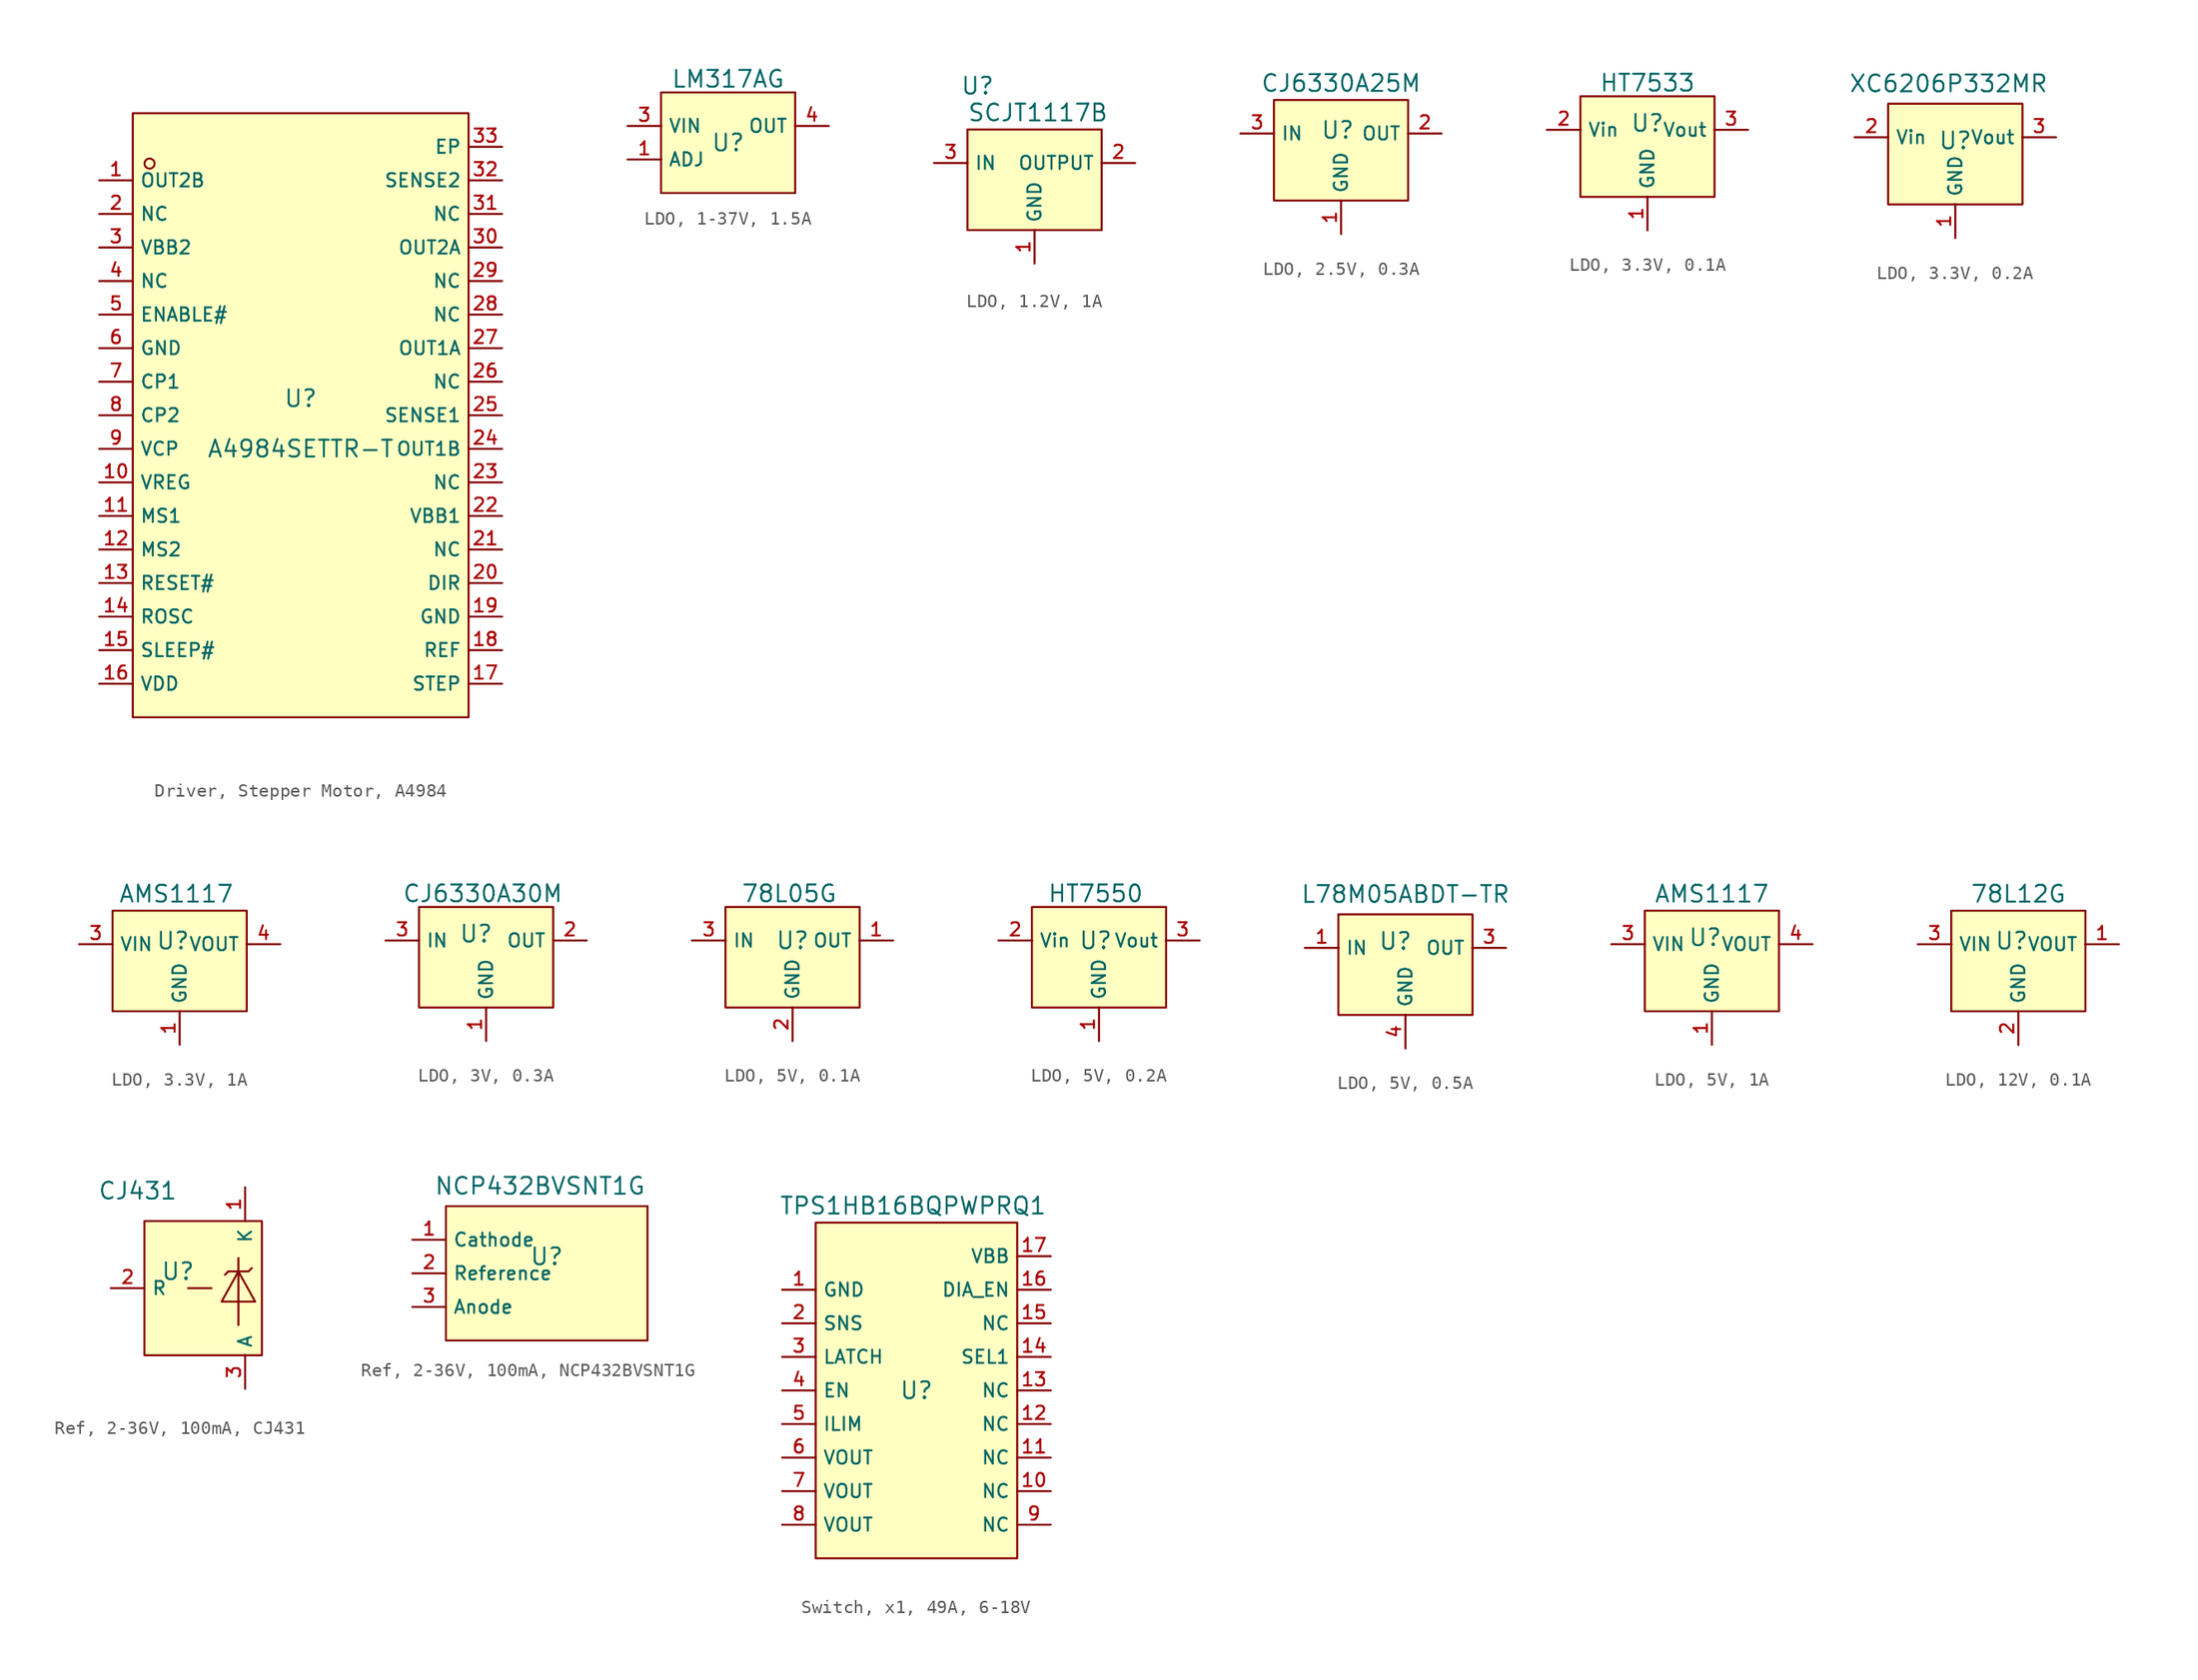
<source format=kicad_sym>
(kicad_symbol_lib
  (version 20231120)
  (generator "kicad_symbol_editor")
  (generator_version "8.0")
  (symbol "Driver, Stepper Motor, A4984"
    (property "Reference" "U"
      (at 0 1.27 0)
      (effects (font (size 1.27 1.27))))
    (property "Value" "A4984SETTR-T"
      (at 0 -2.54 0)
      (effects (font (size 1.27 1.27))))
    (symbol "Driver, Stepper Motor, A4984_0_1"
      (rectangle (start -12.7 22.86) (end 12.7 -22.86) (stroke (width 0) (type default)) (fill (type background)))
      (circle (center -11.43 19.05) (radius 0.381) (stroke (width 0) (type default)) (fill (type background)))
      (pin unspecified line (at -15.24 17.78 0) (length 2.54) (name "OUT2B" (effects (font (size 1 1)))) (number "1" (effects (font (size 1 1)))))
      (pin unspecified line (at -15.24 -5.08 0) (length 2.54) (name "VREG" (effects (font (size 1 1)))) (number "10" (effects (font (size 1 1)))))
      (pin unspecified line (at -15.24 -7.62 0) (length 2.54) (name "MS1" (effects (font (size 1 1)))) (number "11" (effects (font (size 1 1)))))
      (pin unspecified line (at -15.24 -10.16 0) (length 2.54) (name "MS2" (effects (font (size 1 1)))) (number "12" (effects (font (size 1 1)))))
      (pin unspecified line (at -15.24 -12.7 0) (length 2.54) (name "RESET#" (effects (font (size 1 1)))) (number "13" (effects (font (size 1 1)))))
      (pin unspecified line (at -15.24 -15.24 0) (length 2.54) (name "ROSC" (effects (font (size 1 1)))) (number "14" (effects (font (size 1 1)))))
      (pin unspecified line (at -15.24 -17.78 0) (length 2.54) (name "SLEEP#" (effects (font (size 1 1)))) (number "15" (effects (font (size 1 1)))))
      (pin unspecified line (at -15.24 -20.32 0) (length 2.54) (name "VDD" (effects (font (size 1 1)))) (number "16" (effects (font (size 1 1)))))
      (pin unspecified line (at 15.24 -20.32 180) (length 2.54) (name "STEP" (effects (font (size 1 1)))) (number "17" (effects (font (size 1 1)))))
      (pin unspecified line (at 15.24 -17.78 180) (length 2.54) (name "REF" (effects (font (size 1 1)))) (number "18" (effects (font (size 1 1)))))
      (pin unspecified line (at 15.24 -15.24 180) (length 2.54) (name "GND" (effects (font (size 1 1)))) (number "19" (effects (font (size 1 1)))))
      (pin unspecified line (at -15.24 15.24 0) (length 2.54) (name "NC" (effects (font (size 1 1)))) (number "2" (effects (font (size 1 1)))))
      (pin unspecified line (at 15.24 -12.7 180) (length 2.54) (name "DIR" (effects (font (size 1 1)))) (number "20" (effects (font (size 1 1)))))
      (pin unspecified line (at 15.24 -10.16 180) (length 2.54) (name "NC" (effects (font (size 1 1)))) (number "21" (effects (font (size 1 1)))))
      (pin unspecified line (at 15.24 -7.62 180) (length 2.54) (name "VBB1" (effects (font (size 1 1)))) (number "22" (effects (font (size 1 1)))))
      (pin unspecified line (at 15.24 -5.08 180) (length 2.54) (name "NC" (effects (font (size 1 1)))) (number "23" (effects (font (size 1 1)))))
      (pin unspecified line (at 15.24 -2.54 180) (length 2.54) (name "OUT1B" (effects (font (size 1 1)))) (number "24" (effects (font (size 1 1)))))
      (pin unspecified line (at 15.24 0 180) (length 2.54) (name "SENSE1" (effects (font (size 1 1)))) (number "25" (effects (font (size 1 1)))))
      (pin unspecified line (at 15.24 2.54 180) (length 2.54) (name "NC" (effects (font (size 1 1)))) (number "26" (effects (font (size 1 1)))))
      (pin unspecified line (at 15.24 5.08 180) (length 2.54) (name "OUT1A" (effects (font (size 1 1)))) (number "27" (effects (font (size 1 1)))))
      (pin unspecified line (at 15.24 7.62 180) (length 2.54) (name "NC" (effects (font (size 1 1)))) (number "28" (effects (font (size 1 1)))))
      (pin unspecified line (at 15.24 10.16 180) (length 2.54) (name "NC" (effects (font (size 1 1)))) (number "29" (effects (font (size 1 1)))))
      (pin unspecified line (at -15.24 12.7 0) (length 2.54) (name "VBB2" (effects (font (size 1 1)))) (number "3" (effects (font (size 1 1)))))
      (pin unspecified line (at 15.24 12.7 180) (length 2.54) (name "OUT2A" (effects (font (size 1 1)))) (number "30" (effects (font (size 1 1)))))
      (pin unspecified line (at 15.24 15.24 180) (length 2.54) (name "NC" (effects (font (size 1 1)))) (number "31" (effects (font (size 1 1)))))
      (pin unspecified line (at 15.24 17.78 180) (length 2.54) (name "SENSE2" (effects (font (size 1 1)))) (number "32" (effects (font (size 1 1)))))
      (pin unspecified line (at 15.24 20.32 180) (length 2.54) (name "EP" (effects (font (size 1 1)))) (number "33" (effects (font (size 1 1)))))
      (pin unspecified line (at -15.24 10.16 0) (length 2.54) (name "NC" (effects (font (size 1 1)))) (number "4" (effects (font (size 1 1)))))
      (pin unspecified line (at -15.24 7.62 0) (length 2.54) (name "ENABLE#" (effects (font (size 1 1)))) (number "5" (effects (font (size 1 1)))))
      (pin unspecified line (at -15.24 5.08 0) (length 2.54) (name "GND" (effects (font (size 1 1)))) (number "6" (effects (font (size 1 1)))))
      (pin unspecified line (at -15.24 2.54 0) (length 2.54) (name "CP1" (effects (font (size 1 1)))) (number "7" (effects (font (size 1 1)))))
      (pin unspecified line (at -15.24 0 0) (length 2.54) (name "CP2" (effects (font (size 1 1)))) (number "8" (effects (font (size 1 1)))))
      (pin unspecified line (at -15.24 -2.54 0) (length 2.54) (name "VCP" (effects (font (size 1 1)))) (number "9" (effects (font (size 1 1)))))))
  (symbol "LDO, 1-37V, 1.5A"
    (property "Reference" "U"
      (at 0 1.27 0)
      (effects (font (size 1.27 1.27))))
    (property "Value" "LM317AG"
      (at 0 6.096 0)
      (effects (font (size 1.27 1.27))))
    (symbol "LDO, 1-37V, 1.5A_0_1"
      (rectangle (start -5.08 5.08) (end 5.08 -2.54) (stroke (width 0) (type default)) (fill (type background))))
    (symbol "LDO, 1-37V, 1.5A_1_1"
      (pin unspecified line (at -7.62 0 0) (length 2.56) (name "ADJ" (effects (font (size 1 1)))) (number "1" (effects (font (size 1 1)))))
      (pin unspecified line (at -7.62 2.54 0) (length 2.56) (name "VIN" (effects (font (size 1 1)))) (number "3" (effects (font (size 1 1)))))
      (pin unspecified line (at 7.62 2.54 180) (length 2.56) (name "OUT" (effects (font (size 1 1)))) (number "4" (effects (font (size 1 1)))))))
  (symbol "LDO, 1.2V, 1A"
    (property "Reference" "U"
      (at -4.318 8.382 0)
      (effects (font (size 1.27 1.27))))
    (property "Value" "SCJT1117B"
      (at 0.254 6.35 0)
      (effects (font (size 1.27 1.27))))
    (symbol "LDO, 1.2V, 1A_0_1"
      (rectangle (start -5.08 5.08) (end 5.08 -2.54) (stroke (width 0) (type default)) (fill (type background)))
      (pin unspecified line (at 0 -5.08 90) (length 2.54) (name "GND" (effects (font (size 1 1)))) (number "1" (effects (font (size 1 1)))))
      (pin unspecified line (at 7.62 2.54 180) (length 2.54) (name "OUTPUT" (effects (font (size 1 1)))) (number "2" (effects (font (size 1 1)))))
      (pin unspecified line (at -7.62 2.54 0) (length 2.54) (name "IN" (effects (font (size 1 1)))) (number "3" (effects (font (size 1 1)))))))
  (symbol "LDO, 2.5V, 0.3A"
    (property "Reference" "U"
      (at -0.254 2.794 0)
      (effects (font (size 1.27 1.27))))
    (property "Value" "CJ6330A25M"
      (at 0 6.35 0)
      (effects (font (size 1.27 1.27))))
    (symbol "LDO, 2.5V, 0.3A_0_1"
      (rectangle (start -5.08 5.08) (end 5.08 -2.54) (stroke (width 0) (type default)) (fill (type background)))
      (pin unspecified line (at 0 -5.08 90) (length 2.54) (name "GND" (effects (font (size 1 1)))) (number "1" (effects (font (size 1 1)))))
      (pin unspecified line (at 7.62 2.54 180) (length 2.54) (name "OUT" (effects (font (size 1 1)))) (number "2" (effects (font (size 1 1)))))
      (pin unspecified line (at -7.62 2.54 0) (length 2.54) (name "IN" (effects (font (size 1 1)))) (number "3" (effects (font (size 1 1)))))))
  (symbol "LDO, 3.3V, 0.1A"
    (property "Reference" "U"
      (at 0 3.048 0)
      (effects (font (size 1.27 1.27))))
    (property "Value" "HT7533"
      (at 0 6.096 0)
      (effects (font (size 1.27 1.27))))
    (symbol "LDO, 3.3V, 0.1A_0_1"
      (rectangle (start -5.08 5.08) (end 5.08 -2.54) (stroke (width 0) (type default)) (fill (type background))))
    (symbol "LDO, 3.3V, 0.1A_1_1"
      (pin unspecified line (at 0 -5.08 90) (length 2.56) (name "GND" (effects (font (size 1 1)))) (number "1" (effects (font (size 1 1)))))
      (pin unspecified line (at -7.62 2.54 0) (length 2.56) (name "Vin" (effects (font (size 1 1)))) (number "2" (effects (font (size 1 1)))))
      (pin unspecified line (at 7.62 2.54 180) (length 2.56) (name "Vout" (effects (font (size 1 1)))) (number "3" (effects (font (size 1 1)))))))
  (symbol "LDO, 3.3V, 0.2A"
    (property "Reference" "U"
      (at 0 2.286 0)
      (effects (font (size 1.27 1.27))))
    (property "Value" "XC6206P332MR"
      (at -0.508 6.604 0)
      (effects (font (size 1.27 1.27))))
    (symbol "LDO, 3.3V, 0.2A_0_1"
      (rectangle (start -5.08 5.08) (end 5.08 -2.54) (stroke (width 0) (type default)) (fill (type background))))
    (symbol "LDO, 3.3V, 0.2A_1_1"
      (pin unspecified line (at 0 -5.08 90) (length 2.56) (name "GND" (effects (font (size 1 1)))) (number "1" (effects (font (size 1 1)))))
      (pin unspecified line (at -7.62 2.54 0) (length 2.56) (name "Vin" (effects (font (size 1 1)))) (number "2" (effects (font (size 1 1)))))
      (pin unspecified line (at 7.62 2.54 180) (length 2.56) (name "Vout" (effects (font (size 1 1)))) (number "3" (effects (font (size 1 1)))))))
  (symbol "LDO, 3.3V, 1A"
    (property "Reference" "U"
      (at -0.508 2.794 0)
      (effects (font (size 1.27 1.27))))
    (property "Value" "AMS1117"
      (at -0.254 6.35 0)
      (effects (font (size 1.27 1.27))))
    (symbol "LDO, 3.3V, 1A_0_1"
      (rectangle (start -5.08 5.08) (end 5.08 -2.54) (stroke (width 0) (type default)) (fill (type background)))
      (pin unspecified line (at 0 -5.08 90) (length 2.54) (name "GND" (effects (font (size 1 1)))) (number "1" (effects (font (size 1 1)))))
      (pin unspecified line (at -7.62 2.54 0) (length 2.54) (name "VIN" (effects (font (size 1 1)))) (number "3" (effects (font (size 1 1)))))
      (pin unspecified line (at 7.62 2.54 180) (length 2.54) (name "VOUT" (effects (font (size 1 1)))) (number "4" (effects (font (size 1 1))))))
    (symbol "LDO, 3.3V, 1A_1_1"
      (pin unspecified line (at 7.62 2.54 180) (length 2.54) hide (name "VOUT" (effects (font (size 1 1)))) (number "2" (effects (font (size 1 1)))))))
  (symbol "LDO, 3V, 0.3A"
    (property "Reference" "U"
      (at -0.762 3.048 0)
      (effects (font (size 1.27 1.27))))
    (property "Value" "CJ6330A30M"
      (at -0.254 6.096 0)
      (effects (font (size 1.27 1.27))))
    (symbol "LDO, 3V, 0.3A_0_1"
      (rectangle (start -5.08 5.08) (end 5.08 -2.54) (stroke (width 0) (type default)) (fill (type background)))
      (pin unspecified line (at 0 -5.08 90) (length 2.54) (name "GND" (effects (font (size 1 1)))) (number "1" (effects (font (size 1 1)))))
      (pin unspecified line (at 7.62 2.54 180) (length 2.54) (name "OUT" (effects (font (size 1 1)))) (number "2" (effects (font (size 1 1)))))
      (pin unspecified line (at -7.62 2.54 0) (length 2.54) (name "IN" (effects (font (size 1 1)))) (number "3" (effects (font (size 1 1)))))))
  (symbol "LDO, 5V, 0.1A"
    (property "Reference" "U"
      (at 0 2.54 0)
      (effects (font (size 1.27 1.27))))
    (property "Value" "78L05G"
      (at -0.254 6.096 0)
      (effects (font (size 1.27 1.27))))
    (symbol "LDO, 5V, 0.1A_0_1"
      (rectangle (start -5.08 5.08) (end 5.08 -2.54) (stroke (width 0) (type default)) (fill (type background))))
    (symbol "LDO, 5V, 0.1A_1_1"
      (pin power_in line (at 7.62 2.54 180) (length 2.56) (name "OUT" (effects (font (size 1 1)))) (number "1" (effects (font (size 1 1)))))
      (pin power_in line (at 0 -5.08 90) (length 2.56) (name "GND" (effects (font (size 1 1)))) (number "2" (effects (font (size 1 1)))))
      (pin power_in line (at -7.62 2.54 0) (length 2.56) (name "IN" (effects (font (size 1 1)))) (number "3" (effects (font (size 1 1)))))))
  (symbol "LDO, 5V, 0.2A"
    (property "Reference" "U"
      (at -0.254 2.54 0)
      (effects (font (size 1.27 1.27))))
    (property "Value" "HT7550"
      (at -0.254 6.096 0)
      (effects (font (size 1.27 1.27))))
    (symbol "LDO, 5V, 0.2A_0_1"
      (rectangle (start -5.08 5.08) (end 5.08 -2.54) (stroke (width 0) (type default)) (fill (type background))))
    (symbol "LDO, 5V, 0.2A_1_1"
      (pin unspecified line (at 0 -5.08 90) (length 2.56) (name "GND" (effects (font (size 1 1)))) (number "1" (effects (font (size 1 1)))))
      (pin unspecified line (at -7.62 2.54 0) (length 2.56) (name "Vin" (effects (font (size 1 1)))) (number "2" (effects (font (size 1 1)))))
      (pin unspecified line (at 7.62 2.54 180) (length 2.56) (name "Vout" (effects (font (size 1 1)))) (number "3" (effects (font (size 1 1)))))))
  (symbol "LDO, 5V, 0.5A"
    (property "Reference" "U"
      (at -0.762 3.048 0)
      (effects (font (size 1.27 1.27))))
    (property "Value" "L78M05ABDT-TR"
      (at 0 6.604 0)
      (effects (font (size 1.27 1.27))))
    (symbol "LDO, 5V, 0.5A_0_1"
      (rectangle (start -5.08 5.08) (end 5.08 -2.54) (stroke (width 0) (type default)) (fill (type background))))
    (symbol "LDO, 5V, 0.5A_1_1"
      (pin power_in line (at -7.62 2.54 0) (length 2.56) (name "IN" (effects (font (size 1 1)))) (number "1" (effects (font (size 1 1)))))
      (pin power_in line (at 7.62 2.54 180) (length 2.56) (name "OUT" (effects (font (size 1 1)))) (number "3" (effects (font (size 1 1)))))
      (pin power_in line (at 0 -5.08 90) (length 2.56) (name "GND" (effects (font (size 1 1)))) (number "4" (effects (font (size 1 1)))))))
  (symbol "LDO, 5V, 1A"
    (property "Reference" "U"
      (at -0.508 3.048 0)
      (effects (font (size 1.27 1.27))))
    (property "Value" "AMS1117"
      (at 0 6.35 0)
      (effects (font (size 1.27 1.27))))
    (symbol "LDO, 5V, 1A_0_1"
      (rectangle (start -5.08 5.08) (end 5.08 -2.54) (stroke (width 0) (type default)) (fill (type background)))
      (pin unspecified line (at 0 -5.08 90) (length 2.54) (name "GND" (effects (font (size 1 1)))) (number "1" (effects (font (size 1 1)))))
      (pin unspecified line (at -7.62 2.54 0) (length 2.54) (name "VIN" (effects (font (size 1 1)))) (number "3" (effects (font (size 1 1)))))
      (pin unspecified line (at 7.62 2.54 180) (length 2.54) (name "VOUT" (effects (font (size 1 1)))) (number "4" (effects (font (size 1 1))))))
    (symbol "LDO, 5V, 1A_1_1"
      (pin unspecified line (at 7.62 2.54 180) (length 2.54) hide (name "VOUT" (effects (font (size 1 1)))) (number "2" (effects (font (size 1 1)))))))
  (symbol "LDO, 12V, 0.1A"
    (property "Reference" "U"
      (at -0.508 2.794 0)
      (effects (font (size 1.27 1.27))))
    (property "Value" "78L12G"
      (at 0 6.35 0)
      (effects (font (size 1.27 1.27))))
    (symbol "LDO, 12V, 0.1A_0_1"
      (rectangle (start -5.08 5.08) (end 5.08 -2.54) (stroke (width 0) (type default)) (fill (type background))))
    (symbol "LDO, 12V, 0.1A_1_1"
      (pin unspecified line (at 7.62 2.54 180) (length 2.56) (name "VOUT" (effects (font (size 1 1)))) (number "1" (effects (font (size 1 1)))))
      (pin unspecified line (at 0 -5.1 90) (length 2.56) (name "GND" (effects (font (size 1 1)))) (number "2" (effects (font (size 1 1)))))
      (pin unspecified line (at -7.62 2.54 0) (length 2.56) (name "VIN" (effects (font (size 1 1)))) (number "3" (effects (font (size 1 1)))))))
  (symbol "Ref, 2-36V, 100mA, CJ431"
    (property "Reference" "U"
      (at 0 1.27 0)
      (effects (font (size 1.27 1.27))))
    (property "Value" "CJ431"
      (at -3.048 7.366 0)
      (effects (font (size 1.27 1.27))))
    (symbol "Ref, 2-36V, 100mA, CJ431_0_1"
      (rectangle (start -2.54 5.08) (end 6.35 -5.08) (stroke (width 0) (type default)) (fill (type background)))
      (polyline (pts (xy 0.762 0) (xy 2.54 0)) (stroke (width 0) (type default)) (fill (type none)))
      (polyline (pts (xy 3.81 1.27) (xy 3.556 1.016)) (stroke (width 0) (type default)) (fill (type none)))
      (polyline (pts (xy 4.572 2.286) (xy 4.572 -2.794)) (stroke (width 0) (type default)) (fill (type none)))
      (polyline (pts (xy 3.81 1.27) (xy 5.334 1.27) (xy 5.588 1.524)) (stroke (width 0) (type default)) (fill (type none)))
      (polyline (pts (xy 4.572 1.27) (xy 3.302 -1.016) (xy 5.842 -1.016) (xy 4.572 1.27)) (stroke (width 0) (type default)) (fill (type none))))
    (symbol "Ref, 2-36V, 100mA, CJ431_1_1"
      (pin unspecified line (at 5.08 7.64 270) (length 2.56) (name "K" (effects (font (size 1 1)))) (number "1" (effects (font (size 1 1)))))
      (pin unspecified line (at -5.08 0 0) (length 2.56) (name "R" (effects (font (size 1 1)))) (number "2" (effects (font (size 1 1)))))
      (pin unspecified line (at 5.08 -7.62 90) (length 2.56) (name "A" (effects (font (size 1 1)))) (number "3" (effects (font (size 1 1)))))))
  (symbol "Ref, 2-36V, 100mA, NCP432BVSNT1G"
    (property "Reference" "U"
      (at 0 1.27 0)
      (effects (font (size 1.27 1.27))))
    (property "Value" "NCP432BVSNT1G"
      (at -0.508 6.604 0)
      (effects (font (size 1.27 1.27))))
    (symbol "Ref, 2-36V, 100mA, NCP432BVSNT1G_0_1"
      (rectangle (start -7.62 5.08) (end 7.62 -5.08) (stroke (width 0) (type default)) (fill (type background)))
      (pin unspecified line (at -10.16 2.54 0) (length 2.54) (name "Cathode" (effects (font (size 1 1)))) (number "1" (effects (font (size 1 1)))))
      (pin unspecified line (at -10.16 0 0) (length 2.54) (name "Reference" (effects (font (size 1 1)))) (number "2" (effects (font (size 1 1)))))
      (pin unspecified line (at -10.16 -2.54 0) (length 2.54) (name "Anode" (effects (font (size 1 1)))) (number "3" (effects (font (size 1 1)))))))
  (symbol "Switch, x1, 49A, 6-18V"
    (property "Reference" "U"
      (at 0 0 0)
      (effects (font (size 1.27 1.27))))
    (property "Value" "TPS1HB16BQPWPRQ1"
      (at -0.254 13.97 0)
      (effects (font (size 1.27 1.27))))
    (symbol "Switch, x1, 49A, 6-18V_0_1"
      (rectangle (start -7.62 12.7) (end 7.62 -12.7) (stroke (width 0) (type default)) (fill (type background)))
      (pin unspecified line (at -10.16 7.62 0) (length 2.54) (name "GND" (effects (font (size 1 1)))) (number "1" (effects (font (size 1 1)))))
      (pin unspecified line (at 10.16 -7.62 180) (length 2.54) (name "NC" (effects (font (size 1 1)))) (number "10" (effects (font (size 1 1)))))
      (pin unspecified line (at 10.16 -5.08 180) (length 2.54) (name "NC" (effects (font (size 1 1)))) (number "11" (effects (font (size 1 1)))))
      (pin unspecified line (at 10.16 -2.54 180) (length 2.54) (name "NC" (effects (font (size 1 1)))) (number "12" (effects (font (size 1 1)))))
      (pin unspecified line (at 10.16 0 180) (length 2.54) (name "NC" (effects (font (size 1 1)))) (number "13" (effects (font (size 1 1)))))
      (pin unspecified line (at 10.16 2.54 180) (length 2.54) (name "SEL1" (effects (font (size 1 1)))) (number "14" (effects (font (size 1 1)))))
      (pin unspecified line (at 10.16 5.08 180) (length 2.54) (name "NC" (effects (font (size 1 1)))) (number "15" (effects (font (size 1 1)))))
      (pin unspecified line (at 10.16 7.62 180) (length 2.54) (name "DIA_EN" (effects (font (size 1 1)))) (number "16" (effects (font (size 1 1)))))
      (pin unspecified line (at 10.16 10.16 180) (length 2.54) (name "VBB" (effects (font (size 1 1)))) (number "17" (effects (font (size 1 1)))))
      (pin unspecified line (at -10.16 5.08 0) (length 2.54) (name "SNS" (effects (font (size 1 1)))) (number "2" (effects (font (size 1 1)))))
      (pin unspecified line (at -10.16 2.54 0) (length 2.54) (name "LATCH" (effects (font (size 1 1)))) (number "3" (effects (font (size 1 1)))))
      (pin unspecified line (at -10.16 0 0) (length 2.54) (name "EN" (effects (font (size 1 1)))) (number "4" (effects (font (size 1 1)))))
      (pin unspecified line (at -10.16 -2.54 0) (length 2.54) (name "ILIM" (effects (font (size 1 1)))) (number "5" (effects (font (size 1 1)))))
      (pin unspecified line (at -10.16 -5.08 0) (length 2.54) (name "VOUT" (effects (font (size 1 1)))) (number "6" (effects (font (size 1 1)))))
      (pin unspecified line (at -10.16 -7.62 0) (length 2.54) (name "VOUT" (effects (font (size 1 1)))) (number "7" (effects (font (size 1 1)))))
      (pin unspecified line (at -10.16 -10.16 0) (length 2.54) (name "VOUT" (effects (font (size 1 1)))) (number "8" (effects (font (size 1 1)))))
      (pin unspecified line (at 10.16 -10.16 180) (length 2.54) (name "NC" (effects (font (size 1 1)))) (number "9" (effects (font (size 1 1))))))))
</source>
